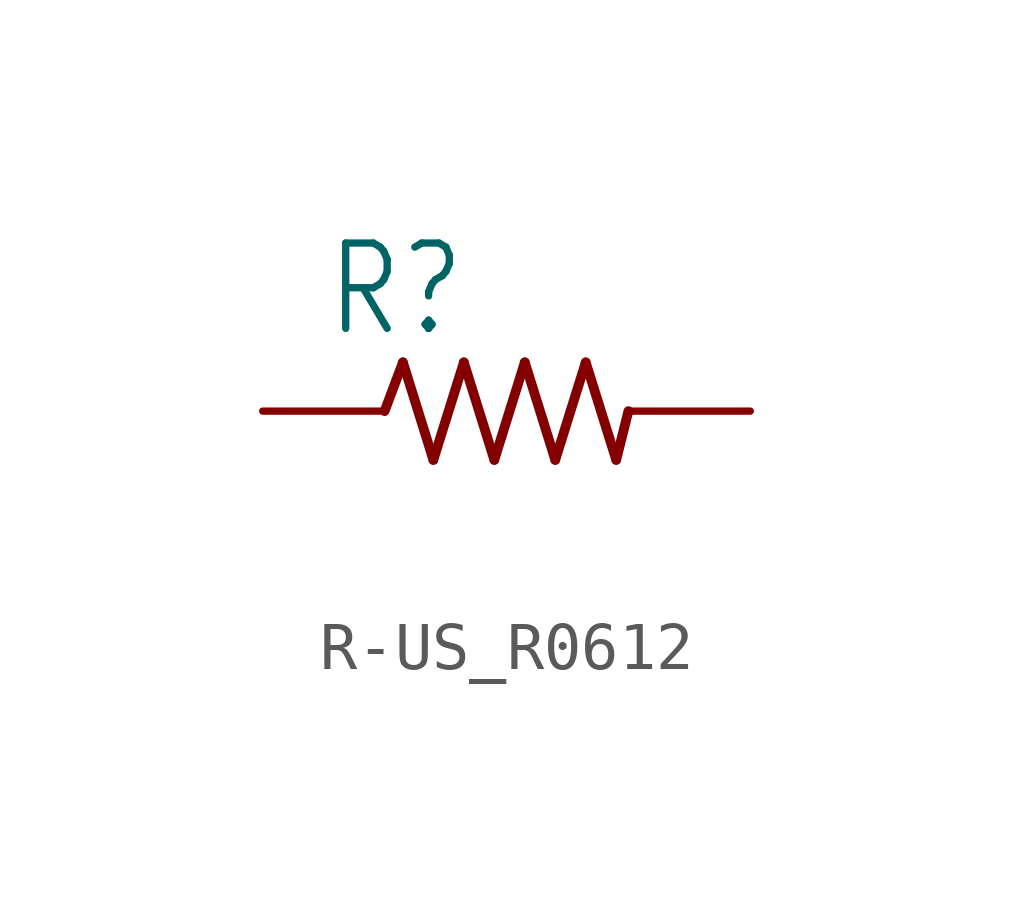
<source format=kicad_sym>
(kicad_symbol_lib
  (version 20231120)
  (generator "kicad_symbol_editor")
  (generator_version "8.0")
  (symbol "R-US_R0612"
    (property "Reference" "R"
      (at -3.81 1.499 0)
      (effects (font (size 1.778 1.511)) (justify left bottom)))
    (property "Value" ""
      (at -3.81 -3.302 0)
      (effects (font (size 1.778 1.511)) (justify left bottom)))
    (property "ki_locked" ""
      (at 0 0 0)
      (effects (font (size 1.27 1.27))))
    (symbol "R-US_R0612_1_0"
      (polyline (pts (xy -2.54 0) (xy -2.159 1.016)) (stroke (width 0.203) (type solid)) (fill (type none)))
      (polyline (pts (xy -2.159 1.016) (xy -1.524 -1.016)) (stroke (width 0.203) (type solid)) (fill (type none)))
      (polyline (pts (xy -1.524 -1.016) (xy -0.889 1.016)) (stroke (width 0.203) (type solid)) (fill (type none)))
      (polyline (pts (xy -0.889 1.016) (xy -0.254 -1.016)) (stroke (width 0.203) (type solid)) (fill (type none)))
      (polyline (pts (xy -0.254 -1.016) (xy 0.381 1.016)) (stroke (width 0.203) (type solid)) (fill (type none)))
      (polyline (pts (xy 0.381 1.016) (xy 1.016 -1.016)) (stroke (width 0.203) (type solid)) (fill (type none)))
      (polyline (pts (xy 1.016 -1.016) (xy 1.651 1.016)) (stroke (width 0.203) (type solid)) (fill (type none)))
      (polyline (pts (xy 1.651 1.016) (xy 2.286 -1.016)) (stroke (width 0.203) (type solid)) (fill (type none)))
      (polyline (pts (xy 2.286 -1.016) (xy 2.54 0)) (stroke (width 0.203) (type solid)) (fill (type none)))
      (pin passive line (at -5.08 0 0) (length 2.54) (name "1" (effects (font (size 0 0)))) (number "1" (effects (font (size 0 0)))))
      (pin passive line (at 5.08 0 180) (length 2.54) (name "2" (effects (font (size 0 0)))) (number "2" (effects (font (size 0 0))))))))
</source>
